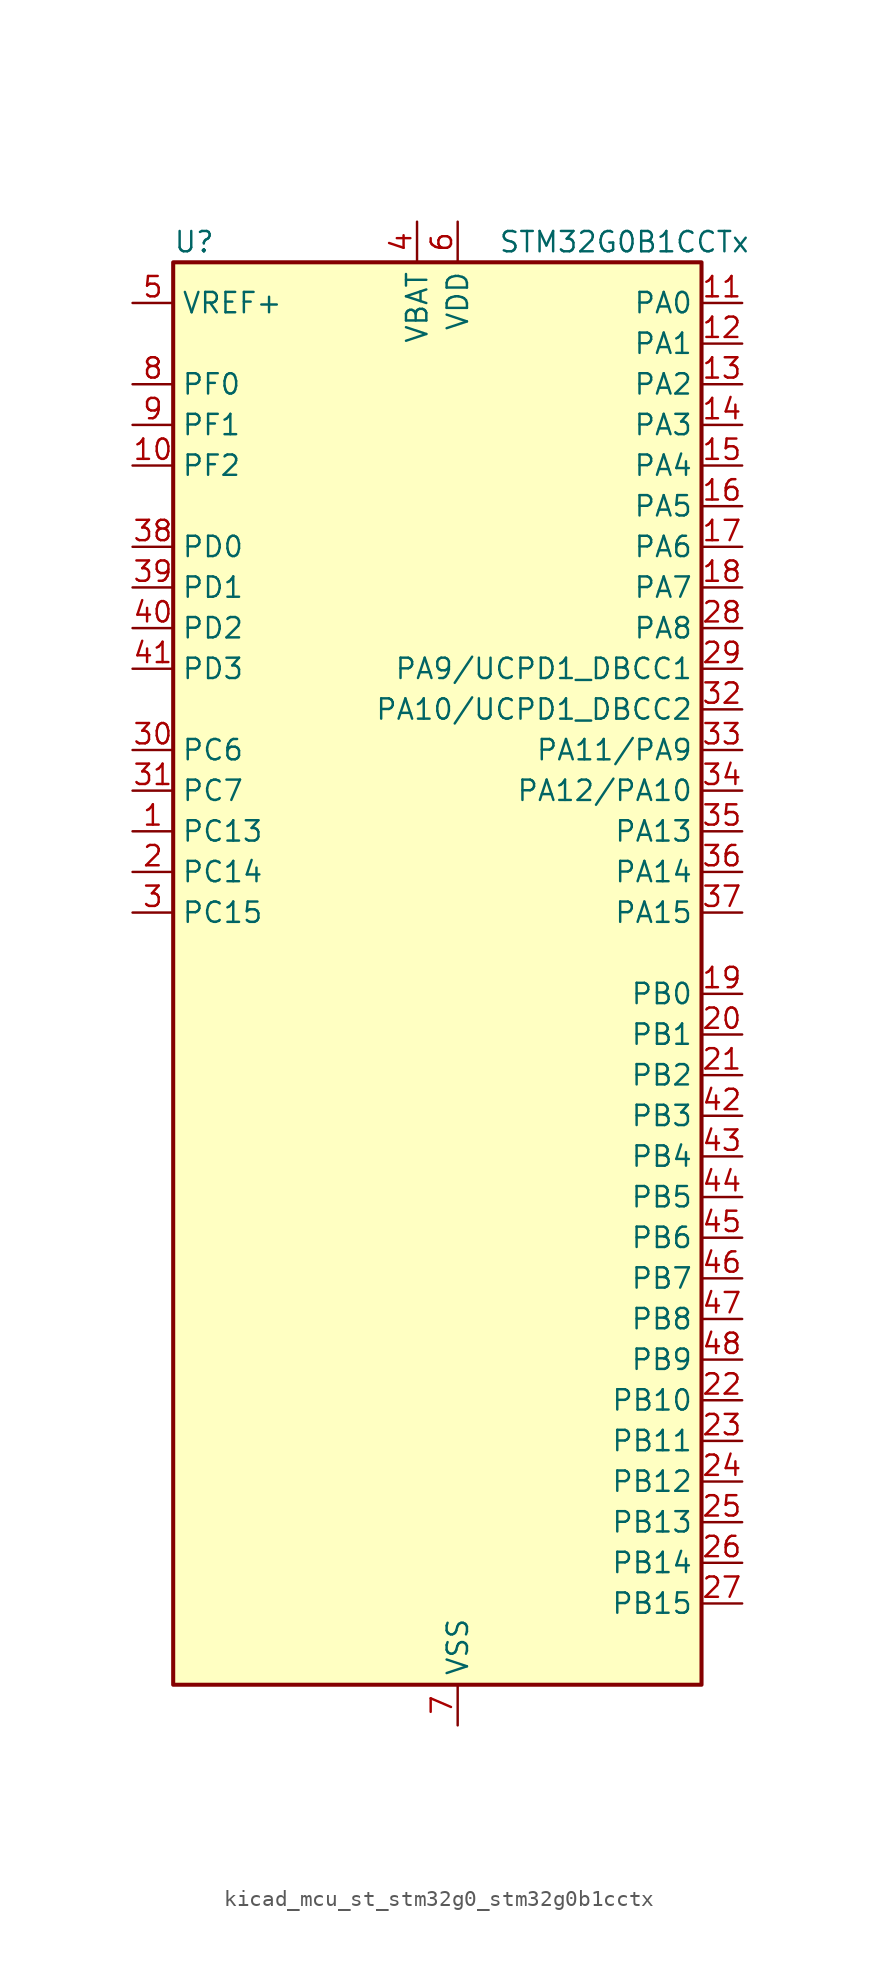
<source format=kicad_sym>
(kicad_symbol_lib
  (version 20220914)
  (generator kicad_symbol_editor)
  (symbol "kicad_mcu_st_stm32g0_stm32g0b1cctx"
    (property "Reference" "U"
      (at -15.24 46.99 0)
      (effects (font (size 1.27 1.27)) (justify left)))
    (property "Value" "STM32G0B1CCTx"
      (at 5.08 46.99 0)
      (effects (font (size 1.27 1.27)) (justify left)))
    (property "ki_locked" ""
      (at 0 0 0)
      (effects (font (size 1.27 1.27))))
    (symbol "kicad_mcu_st_stm32g0_stm32g0b1cctx_0_1"
      (rectangle (start -15.24 -43.18) (end 17.78 45.72) (stroke (width 0.254) (type default)) (fill (type background))))
    (symbol "kicad_mcu_st_stm32g0_stm32g0b1cctx_1_1"
      (pin bidirectional line (at -17.78 10.16 0) (length 2.54) (name "PC13" (effects (font (size 1.27 1.27)))) (number "1" (effects (font (size 1.27 1.27)))) (alternate "RTC_OUT1" bidirectional line) (alternate "RTC_TAMP_IN1" bidirectional line) (alternate "RTC_TS" bidirectional line) (alternate "SYS_WKUP2" bidirectional line) (alternate "TIM1_BK" bidirectional line))
      (pin bidirectional line (at -17.78 33.02 0) (length 2.54) (name "PF2" (effects (font (size 1.27 1.27)))) (number "10" (effects (font (size 1.27 1.27)))) (alternate "LPUART2_DE" bidirectional line) (alternate "LPUART2_RTS" bidirectional line) (alternate "LPUART2_TX" bidirectional line) (alternate "RCC_MCO" bidirectional line))
      (pin bidirectional line (at 20.32 43.18 180) (length 2.54) (name "PA0" (effects (font (size 1.27 1.27)))) (number "11" (effects (font (size 1.27 1.27)))) (alternate "ADC1_IN0" bidirectional line) (alternate "COMP1_INM" bidirectional line) (alternate "COMP1_OUT" bidirectional line) (alternate "I2S2_CK" bidirectional line) (alternate "LPTIM1_OUT" bidirectional line) (alternate "RTC_TAMP_IN2" bidirectional line) (alternate "SPI2_SCK" bidirectional line) (alternate "SYS_WKUP1" bidirectional line) (alternate "TIM2_CH1" bidirectional line) (alternate "TIM2_ETR" bidirectional line) (alternate "UCPD2_FRSTX1" bidirectional line) (alternate "UCPD2_FRSTX2" bidirectional line) (alternate "USART2_CTS" bidirectional line) (alternate "USART2_NSS" bidirectional line) (alternate "USART4_TX" bidirectional line))
      (pin bidirectional line (at 20.32 40.64 180) (length 2.54) (name "PA1" (effects (font (size 1.27 1.27)))) (number "12" (effects (font (size 1.27 1.27)))) (alternate "ADC1_IN1" bidirectional line) (alternate "COMP1_INP" bidirectional line) (alternate "I2C1_SMBA" bidirectional line) (alternate "I2S1_CK" bidirectional line) (alternate "SPI1_SCK" bidirectional line) (alternate "TIM15_CH1N" bidirectional line) (alternate "TIM2_CH2" bidirectional line) (alternate "USART2_CK" bidirectional line) (alternate "USART2_DE" bidirectional line) (alternate "USART2_RTS" bidirectional line) (alternate "USART4_RX" bidirectional line))
      (pin bidirectional line (at 20.32 38.1 180) (length 2.54) (name "PA2" (effects (font (size 1.27 1.27)))) (number "13" (effects (font (size 1.27 1.27)))) (alternate "ADC1_IN2" bidirectional line) (alternate "COMP2_INM" bidirectional line) (alternate "COMP2_OUT" bidirectional line) (alternate "I2S1_SD" bidirectional line) (alternate "LPUART1_TX" bidirectional line) (alternate "RCC_LSCO" bidirectional line) (alternate "SPI1_MOSI" bidirectional line) (alternate "SYS_WKUP4" bidirectional line) (alternate "TIM15_CH1" bidirectional line) (alternate "TIM2_CH3" bidirectional line) (alternate "UCPD1_FRSTX1" bidirectional line) (alternate "UCPD1_FRSTX2" bidirectional line) (alternate "USART2_TX" bidirectional line))
      (pin bidirectional line (at 20.32 35.56 180) (length 2.54) (name "PA3" (effects (font (size 1.27 1.27)))) (number "14" (effects (font (size 1.27 1.27)))) (alternate "ADC1_IN3" bidirectional line) (alternate "COMP2_INP" bidirectional line) (alternate "I2S2_MCK" bidirectional line) (alternate "LPUART1_RX" bidirectional line) (alternate "SPI2_MISO" bidirectional line) (alternate "TIM15_CH2" bidirectional line) (alternate "TIM2_CH4" bidirectional line) (alternate "UCPD2_FRSTX1" bidirectional line) (alternate "UCPD2_FRSTX2" bidirectional line) (alternate "USART2_RX" bidirectional line))
      (pin bidirectional line (at 20.32 33.02 180) (length 2.54) (name "PA4" (effects (font (size 1.27 1.27)))) (number "15" (effects (font (size 1.27 1.27)))) (alternate "ADC1_IN4" bidirectional line) (alternate "DAC1_OUT1" bidirectional line) (alternate "I2S1_WS" bidirectional line) (alternate "I2S2_SD" bidirectional line) (alternate "LPTIM2_OUT" bidirectional line) (alternate "RTC_OUT2" bidirectional line) (alternate "SPI1_NSS" bidirectional line) (alternate "SPI2_MOSI" bidirectional line) (alternate "SPI3_NSS" bidirectional line) (alternate "TIM14_CH1" bidirectional line) (alternate "UCPD2_FRSTX1" bidirectional line) (alternate "UCPD2_FRSTX2" bidirectional line) (alternate "USART6_TX" bidirectional line) (alternate "USB_NOE" bidirectional line))
      (pin bidirectional line (at 20.32 30.48 180) (length 2.54) (name "PA5" (effects (font (size 1.27 1.27)))) (number "16" (effects (font (size 1.27 1.27)))) (alternate "ADC1_IN5" bidirectional line) (alternate "CEC" bidirectional line) (alternate "DAC1_OUT2" bidirectional line) (alternate "I2S1_CK" bidirectional line) (alternate "LPTIM2_ETR" bidirectional line) (alternate "SPI1_SCK" bidirectional line) (alternate "TIM2_CH1" bidirectional line) (alternate "TIM2_ETR" bidirectional line) (alternate "UCPD1_FRSTX1" bidirectional line) (alternate "UCPD1_FRSTX2" bidirectional line) (alternate "USART3_TX" bidirectional line) (alternate "USART6_RX" bidirectional line))
      (pin bidirectional line (at 20.32 27.94 180) (length 2.54) (name "PA6" (effects (font (size 1.27 1.27)))) (number "17" (effects (font (size 1.27 1.27)))) (alternate "ADC1_IN6" bidirectional line) (alternate "COMP1_OUT" bidirectional line) (alternate "I2C2_SDA" bidirectional line) (alternate "I2C3_SDA" bidirectional line) (alternate "I2S1_MCK" bidirectional line) (alternate "LPUART1_CTS" bidirectional line) (alternate "SPI1_MISO" bidirectional line) (alternate "TIM16_CH1" bidirectional line) (alternate "TIM1_BK" bidirectional line) (alternate "TIM3_CH1" bidirectional line) (alternate "USART3_CTS" bidirectional line) (alternate "USART3_NSS" bidirectional line) (alternate "USART6_CTS" bidirectional line) (alternate "USART6_NSS" bidirectional line))
      (pin bidirectional line (at 20.32 25.4 180) (length 2.54) (name "PA7" (effects (font (size 1.27 1.27)))) (number "18" (effects (font (size 1.27 1.27)))) (alternate "ADC1_IN7" bidirectional line) (alternate "COMP2_OUT" bidirectional line) (alternate "I2C2_SCL" bidirectional line) (alternate "I2C3_SCL" bidirectional line) (alternate "I2S1_SD" bidirectional line) (alternate "SPI1_MOSI" bidirectional line) (alternate "TIM14_CH1" bidirectional line) (alternate "TIM17_CH1" bidirectional line) (alternate "TIM1_CH1N" bidirectional line) (alternate "TIM3_CH2" bidirectional line) (alternate "UCPD1_FRSTX1" bidirectional line) (alternate "UCPD1_FRSTX2" bidirectional line) (alternate "USART6_CK" bidirectional line) (alternate "USART6_DE" bidirectional line) (alternate "USART6_RTS" bidirectional line))
      (pin bidirectional line (at 20.32 0 180) (length 2.54) (name "PB0" (effects (font (size 1.27 1.27)))) (number "19" (effects (font (size 1.27 1.27)))) (alternate "ADC1_IN8" bidirectional line) (alternate "COMP1_OUT" bidirectional line) (alternate "COMP3_INP" bidirectional line) (alternate "FDCAN2_RX" bidirectional line) (alternate "I2S1_WS" bidirectional line) (alternate "LPTIM1_OUT" bidirectional line) (alternate "LPUART2_CTS" bidirectional line) (alternate "SPI1_NSS" bidirectional line) (alternate "TIM1_CH2N" bidirectional line) (alternate "TIM3_CH3" bidirectional line) (alternate "UCPD1_FRSTX1" bidirectional line) (alternate "UCPD1_FRSTX2" bidirectional line) (alternate "USART3_RX" bidirectional line) (alternate "USART5_TX" bidirectional line))
      (pin bidirectional line (at -17.78 7.62 0) (length 2.54) (name "PC14" (effects (font (size 1.27 1.27)))) (number "2" (effects (font (size 1.27 1.27)))) (alternate "RCC_OSC32_IN" bidirectional line) (alternate "TIM1_BK2" bidirectional line))
      (pin bidirectional line (at 20.32 -2.54 180) (length 2.54) (name "PB1" (effects (font (size 1.27 1.27)))) (number "20" (effects (font (size 1.27 1.27)))) (alternate "ADC1_IN9" bidirectional line) (alternate "COMP1_INM" bidirectional line) (alternate "COMP3_OUT" bidirectional line) (alternate "FDCAN2_TX" bidirectional line) (alternate "LPTIM2_IN1" bidirectional line) (alternate "LPUART1_DE" bidirectional line) (alternate "LPUART1_RTS" bidirectional line) (alternate "LPUART2_DE" bidirectional line) (alternate "LPUART2_RTS" bidirectional line) (alternate "TIM14_CH1" bidirectional line) (alternate "TIM1_CH3N" bidirectional line) (alternate "TIM3_CH4" bidirectional line) (alternate "USART3_CK" bidirectional line) (alternate "USART3_DE" bidirectional line) (alternate "USART3_RTS" bidirectional line) (alternate "USART5_RX" bidirectional line))
      (pin bidirectional line (at 20.32 -5.08 180) (length 2.54) (name "PB2" (effects (font (size 1.27 1.27)))) (number "21" (effects (font (size 1.27 1.27)))) (alternate "ADC1_IN10" bidirectional line) (alternate "COMP1_INP" bidirectional line) (alternate "COMP3_INM" bidirectional line) (alternate "I2S2_MCK" bidirectional line) (alternate "LPTIM1_OUT" bidirectional line) (alternate "RCC_MCO_2" bidirectional line) (alternate "SPI2_MISO" bidirectional line) (alternate "USART3_TX" bidirectional line))
      (pin bidirectional line (at 20.32 -25.4 180) (length 2.54) (name "PB10" (effects (font (size 1.27 1.27)))) (number "22" (effects (font (size 1.27 1.27)))) (alternate "ADC1_IN11" bidirectional line) (alternate "CEC" bidirectional line) (alternate "COMP1_OUT" bidirectional line) (alternate "I2C2_SCL" bidirectional line) (alternate "I2S2_CK" bidirectional line) (alternate "LPUART1_RX" bidirectional line) (alternate "SPI2_SCK" bidirectional line) (alternate "TIM2_CH3" bidirectional line) (alternate "USART3_TX" bidirectional line))
      (pin bidirectional line (at 20.32 -27.94 180) (length 2.54) (name "PB11" (effects (font (size 1.27 1.27)))) (number "23" (effects (font (size 1.27 1.27)))) (alternate "ADC1_EXTI11" bidirectional line) (alternate "ADC1_IN15" bidirectional line) (alternate "COMP2_OUT" bidirectional line) (alternate "I2C2_SDA" bidirectional line) (alternate "I2S2_SD" bidirectional line) (alternate "LPUART1_TX" bidirectional line) (alternate "SPI2_MOSI" bidirectional line) (alternate "TIM2_CH4" bidirectional line) (alternate "USART3_RX" bidirectional line))
      (pin bidirectional line (at 20.32 -30.48 180) (length 2.54) (name "PB12" (effects (font (size 1.27 1.27)))) (number "24" (effects (font (size 1.27 1.27)))) (alternate "ADC1_IN16" bidirectional line) (alternate "FDCAN2_RX" bidirectional line) (alternate "I2C2_SMBA" bidirectional line) (alternate "I2S2_WS" bidirectional line) (alternate "LPUART1_DE" bidirectional line) (alternate "LPUART1_RTS" bidirectional line) (alternate "SPI2_NSS" bidirectional line) (alternate "TIM15_BK" bidirectional line) (alternate "TIM1_BK" bidirectional line) (alternate "UCPD2_FRSTX1" bidirectional line) (alternate "UCPD2_FRSTX2" bidirectional line))
      (pin bidirectional line (at 20.32 -33.02 180) (length 2.54) (name "PB13" (effects (font (size 1.27 1.27)))) (number "25" (effects (font (size 1.27 1.27)))) (alternate "FDCAN2_TX" bidirectional line) (alternate "I2C2_SCL" bidirectional line) (alternate "I2S2_CK" bidirectional line) (alternate "LPUART1_CTS" bidirectional line) (alternate "SPI2_SCK" bidirectional line) (alternate "TIM15_CH1N" bidirectional line) (alternate "TIM1_CH1N" bidirectional line) (alternate "USART3_CTS" bidirectional line) (alternate "USART3_NSS" bidirectional line))
      (pin bidirectional line (at 20.32 -35.56 180) (length 2.54) (name "PB14" (effects (font (size 1.27 1.27)))) (number "26" (effects (font (size 1.27 1.27)))) (alternate "I2C2_SDA" bidirectional line) (alternate "I2S2_MCK" bidirectional line) (alternate "SPI2_MISO" bidirectional line) (alternate "TIM15_CH1" bidirectional line) (alternate "TIM1_CH2N" bidirectional line) (alternate "UCPD1_FRSTX1" bidirectional line) (alternate "UCPD1_FRSTX2" bidirectional line) (alternate "USART3_CK" bidirectional line) (alternate "USART3_DE" bidirectional line) (alternate "USART3_RTS" bidirectional line) (alternate "USART6_CK" bidirectional line) (alternate "USART6_DE" bidirectional line) (alternate "USART6_RTS" bidirectional line))
      (pin bidirectional line (at 20.32 -38.1 180) (length 2.54) (name "PB15" (effects (font (size 1.27 1.27)))) (number "27" (effects (font (size 1.27 1.27)))) (alternate "I2S2_SD" bidirectional line) (alternate "RTC_REFIN" bidirectional line) (alternate "SPI2_MOSI" bidirectional line) (alternate "TIM15_CH1N" bidirectional line) (alternate "TIM15_CH2" bidirectional line) (alternate "TIM1_CH3N" bidirectional line) (alternate "UCPD1_CC2" bidirectional line) (alternate "USART6_CTS" bidirectional line) (alternate "USART6_NSS" bidirectional line))
      (pin bidirectional line (at 20.32 22.86 180) (length 2.54) (name "PA8" (effects (font (size 1.27 1.27)))) (number "28" (effects (font (size 1.27 1.27)))) (alternate "CRS1_SYNC" bidirectional line) (alternate "I2C2_SMBA" bidirectional line) (alternate "I2S2_WS" bidirectional line) (alternate "LPTIM2_OUT" bidirectional line) (alternate "RCC_MCO" bidirectional line) (alternate "SPI2_NSS" bidirectional line) (alternate "TIM1_CH1" bidirectional line) (alternate "UCPD1_CC1" bidirectional line))
      (pin bidirectional line (at 20.32 20.32 180) (length 2.54) (name "PA9/UCPD1_DBCC1" (effects (font (size 1.27 1.27)))) (number "29" (effects (font (size 1.27 1.27)))) (alternate "DAC1_EXTI9" bidirectional line) (alternate "I2C1_SCL" bidirectional line) (alternate "I2C2_SCL" bidirectional line) (alternate "I2S2_MCK" bidirectional line) (alternate "RCC_MCO" bidirectional line) (alternate "SPI2_MISO" bidirectional line) (alternate "TIM15_BK" bidirectional line) (alternate "TIM1_CH2" bidirectional line) (alternate "UCPD1_DBCC1" bidirectional line) (alternate "USART1_TX" bidirectional line))
      (pin bidirectional line (at -17.78 5.08 0) (length 2.54) (name "PC15" (effects (font (size 1.27 1.27)))) (number "3" (effects (font (size 1.27 1.27)))) (alternate "RCC_OSC32_EN" bidirectional line) (alternate "RCC_OSC32_OUT" bidirectional line) (alternate "RCC_OSC_EN" bidirectional line) (alternate "TIM15_BK" bidirectional line))
      (pin bidirectional line (at -17.78 15.24 0) (length 2.54) (name "PC6" (effects (font (size 1.27 1.27)))) (number "30" (effects (font (size 1.27 1.27)))) (alternate "LPUART2_TX" bidirectional line) (alternate "TIM2_CH3" bidirectional line) (alternate "TIM3_CH1" bidirectional line) (alternate "UCPD1_FRSTX1" bidirectional line) (alternate "UCPD1_FRSTX2" bidirectional line))
      (pin bidirectional line (at -17.78 12.7 0) (length 2.54) (name "PC7" (effects (font (size 1.27 1.27)))) (number "31" (effects (font (size 1.27 1.27)))) (alternate "LPUART2_RX" bidirectional line) (alternate "TIM2_CH4" bidirectional line) (alternate "TIM3_CH2" bidirectional line) (alternate "UCPD2_FRSTX1" bidirectional line) (alternate "UCPD2_FRSTX2" bidirectional line))
      (pin bidirectional line (at 20.32 17.78 180) (length 2.54) (name "PA10/UCPD1_DBCC2" (effects (font (size 1.27 1.27)))) (number "32" (effects (font (size 1.27 1.27)))) (alternate "I2C1_SDA" bidirectional line) (alternate "I2C2_SDA" bidirectional line) (alternate "I2S2_SD" bidirectional line) (alternate "RCC_MCO_2" bidirectional line) (alternate "SPI2_MOSI" bidirectional line) (alternate "TIM17_BK" bidirectional line) (alternate "TIM1_CH3" bidirectional line) (alternate "UCPD1_DBCC2" bidirectional line) (alternate "USART1_RX" bidirectional line))
      (pin bidirectional line (at 20.32 15.24 180) (length 2.54) (name "PA11/PA9" (effects (font (size 1.27 1.27)))) (number "33" (effects (font (size 1.27 1.27)))) (alternate "ADC1_EXTI11" bidirectional line) (alternate "COMP1_OUT" bidirectional line) (alternate "FDCAN1_RX" bidirectional line) (alternate "I2C2_SCL" bidirectional line) (alternate "I2S1_MCK" bidirectional line) (alternate "SPI1_MISO" bidirectional line) (alternate "TIM1_BK2" bidirectional line) (alternate "TIM1_CH4" bidirectional line) (alternate "USART1_CTS" bidirectional line) (alternate "USART1_NSS" bidirectional line) (alternate "USB_DM" bidirectional line))
      (pin bidirectional line (at 20.32 12.7 180) (length 2.54) (name "PA12/PA10" (effects (font (size 1.27 1.27)))) (number "34" (effects (font (size 1.27 1.27)))) (alternate "COMP2_OUT" bidirectional line) (alternate "FDCAN1_TX" bidirectional line) (alternate "I2C2_SDA" bidirectional line) (alternate "I2S1_SD" bidirectional line) (alternate "I2S_CKIN" bidirectional line) (alternate "SPI1_MOSI" bidirectional line) (alternate "TIM1_ETR" bidirectional line) (alternate "USART1_CK" bidirectional line) (alternate "USART1_DE" bidirectional line) (alternate "USART1_RTS" bidirectional line) (alternate "USB_DP" bidirectional line))
      (pin bidirectional line (at 20.32 10.16 180) (length 2.54) (name "PA13" (effects (font (size 1.27 1.27)))) (number "35" (effects (font (size 1.27 1.27)))) (alternate "IR_OUT" bidirectional line) (alternate "LPUART2_RX" bidirectional line) (alternate "SYS_SWDIO" bidirectional line) (alternate "USB_NOE" bidirectional line))
      (pin bidirectional line (at 20.32 7.62 180) (length 2.54) (name "PA14" (effects (font (size 1.27 1.27)))) (number "36" (effects (font (size 1.27 1.27)))) (alternate "LPUART2_TX" bidirectional line) (alternate "SYS_SWCLK" bidirectional line) (alternate "USART2_TX" bidirectional line))
      (pin bidirectional line (at 20.32 5.08 180) (length 2.54) (name "PA15" (effects (font (size 1.27 1.27)))) (number "37" (effects (font (size 1.27 1.27)))) (alternate "I2C2_SMBA" bidirectional line) (alternate "I2S1_WS" bidirectional line) (alternate "RCC_MCO_2" bidirectional line) (alternate "SPI1_NSS" bidirectional line) (alternate "SPI3_NSS" bidirectional line) (alternate "TIM2_CH1" bidirectional line) (alternate "TIM2_ETR" bidirectional line) (alternate "USART2_RX" bidirectional line) (alternate "USART3_CK" bidirectional line) (alternate "USART3_DE" bidirectional line) (alternate "USART3_RTS" bidirectional line) (alternate "USART4_CK" bidirectional line) (alternate "USART4_DE" bidirectional line) (alternate "USART4_RTS" bidirectional line) (alternate "USB_NOE" bidirectional line))
      (pin bidirectional line (at -17.78 27.94 0) (length 2.54) (name "PD0" (effects (font (size 1.27 1.27)))) (number "38" (effects (font (size 1.27 1.27)))) (alternate "FDCAN1_RX" bidirectional line) (alternate "I2S2_WS" bidirectional line) (alternate "SPI2_NSS" bidirectional line) (alternate "TIM16_CH1" bidirectional line) (alternate "UCPD2_CC1" bidirectional line))
      (pin bidirectional line (at -17.78 25.4 0) (length 2.54) (name "PD1" (effects (font (size 1.27 1.27)))) (number "39" (effects (font (size 1.27 1.27)))) (alternate "FDCAN1_TX" bidirectional line) (alternate "I2S2_CK" bidirectional line) (alternate "SPI2_SCK" bidirectional line) (alternate "TIM17_CH1" bidirectional line) (alternate "UCPD2_DBCC1" bidirectional line))
      (pin power_in line (at 0 48.26 270) (length 2.54) (name "VBAT" (effects (font (size 1.27 1.27)))) (number "4" (effects (font (size 1.27 1.27)))))
      (pin bidirectional line (at -17.78 22.86 0) (length 2.54) (name "PD2" (effects (font (size 1.27 1.27)))) (number "40" (effects (font (size 1.27 1.27)))) (alternate "TIM1_CH1N" bidirectional line) (alternate "TIM3_ETR" bidirectional line) (alternate "UCPD2_CC2" bidirectional line) (alternate "USART3_CK" bidirectional line) (alternate "USART3_DE" bidirectional line) (alternate "USART3_RTS" bidirectional line) (alternate "USART5_RX" bidirectional line))
      (pin bidirectional line (at -17.78 20.32 0) (length 2.54) (name "PD3" (effects (font (size 1.27 1.27)))) (number "41" (effects (font (size 1.27 1.27)))) (alternate "I2S2_MCK" bidirectional line) (alternate "SPI2_MISO" bidirectional line) (alternate "TIM1_CH2N" bidirectional line) (alternate "UCPD2_DBCC2" bidirectional line) (alternate "USART2_CTS" bidirectional line) (alternate "USART2_NSS" bidirectional line) (alternate "USART5_TX" bidirectional line))
      (pin bidirectional line (at 20.32 -7.62 180) (length 2.54) (name "PB3" (effects (font (size 1.27 1.27)))) (number "42" (effects (font (size 1.27 1.27)))) (alternate "COMP2_INM" bidirectional line) (alternate "I2C2_SCL" bidirectional line) (alternate "I2C3_SCL" bidirectional line) (alternate "I2S1_CK" bidirectional line) (alternate "SPI1_SCK" bidirectional line) (alternate "SPI3_SCK" bidirectional line) (alternate "TIM1_CH2" bidirectional line) (alternate "TIM2_CH2" bidirectional line) (alternate "USART1_CK" bidirectional line) (alternate "USART1_DE" bidirectional line) (alternate "USART1_RTS" bidirectional line) (alternate "USART5_TX" bidirectional line))
      (pin bidirectional line (at 20.32 -10.16 180) (length 2.54) (name "PB4" (effects (font (size 1.27 1.27)))) (number "43" (effects (font (size 1.27 1.27)))) (alternate "COMP2_INP" bidirectional line) (alternate "I2C2_SDA" bidirectional line) (alternate "I2C3_SDA" bidirectional line) (alternate "I2S1_MCK" bidirectional line) (alternate "SPI1_MISO" bidirectional line) (alternate "SPI3_MISO" bidirectional line) (alternate "TIM17_BK" bidirectional line) (alternate "TIM3_CH1" bidirectional line) (alternate "USART1_CTS" bidirectional line) (alternate "USART1_NSS" bidirectional line) (alternate "USART5_RX" bidirectional line))
      (pin bidirectional line (at 20.32 -12.7 180) (length 2.54) (name "PB5" (effects (font (size 1.27 1.27)))) (number "44" (effects (font (size 1.27 1.27)))) (alternate "COMP2_OUT" bidirectional line) (alternate "FDCAN2_RX" bidirectional line) (alternate "I2C1_SMBA" bidirectional line) (alternate "I2S1_SD" bidirectional line) (alternate "LPTIM1_IN1" bidirectional line) (alternate "SPI1_MOSI" bidirectional line) (alternate "SPI3_MOSI" bidirectional line) (alternate "SYS_WKUP6" bidirectional line) (alternate "TIM16_BK" bidirectional line) (alternate "TIM3_CH2" bidirectional line) (alternate "USART5_CK" bidirectional line) (alternate "USART5_DE" bidirectional line) (alternate "USART5_RTS" bidirectional line))
      (pin bidirectional line (at 20.32 -15.24 180) (length 2.54) (name "PB6" (effects (font (size 1.27 1.27)))) (number "45" (effects (font (size 1.27 1.27)))) (alternate "COMP2_INP" bidirectional line) (alternate "FDCAN2_TX" bidirectional line) (alternate "I2C1_SCL" bidirectional line) (alternate "I2S2_MCK" bidirectional line) (alternate "LPTIM1_ETR" bidirectional line) (alternate "LPUART2_TX" bidirectional line) (alternate "SPI2_MISO" bidirectional line) (alternate "TIM16_CH1N" bidirectional line) (alternate "TIM1_CH3" bidirectional line) (alternate "TIM4_CH1" bidirectional line) (alternate "USART1_TX" bidirectional line) (alternate "USART5_CTS" bidirectional line) (alternate "USART5_NSS" bidirectional line))
      (pin bidirectional line (at 20.32 -17.78 180) (length 2.54) (name "PB7" (effects (font (size 1.27 1.27)))) (number "46" (effects (font (size 1.27 1.27)))) (alternate "COMP2_INM" bidirectional line) (alternate "I2C1_SDA" bidirectional line) (alternate "I2S2_SD" bidirectional line) (alternate "LPTIM1_IN2" bidirectional line) (alternate "LPUART2_RX" bidirectional line) (alternate "SPI2_MOSI" bidirectional line) (alternate "SYS_PVD_IN" bidirectional line) (alternate "TIM17_CH1N" bidirectional line) (alternate "TIM4_CH2" bidirectional line) (alternate "USART1_RX" bidirectional line) (alternate "USART4_CTS" bidirectional line) (alternate "USART4_NSS" bidirectional line))
      (pin bidirectional line (at 20.32 -20.32 180) (length 2.54) (name "PB8" (effects (font (size 1.27 1.27)))) (number "47" (effects (font (size 1.27 1.27)))) (alternate "CEC" bidirectional line) (alternate "FDCAN1_RX" bidirectional line) (alternate "I2C1_SCL" bidirectional line) (alternate "I2S2_CK" bidirectional line) (alternate "SPI2_SCK" bidirectional line) (alternate "TIM15_BK" bidirectional line) (alternate "TIM16_CH1" bidirectional line) (alternate "TIM4_CH3" bidirectional line) (alternate "USART3_TX" bidirectional line) (alternate "USART6_TX" bidirectional line))
      (pin bidirectional line (at 20.32 -22.86 180) (length 2.54) (name "PB9" (effects (font (size 1.27 1.27)))) (number "48" (effects (font (size 1.27 1.27)))) (alternate "DAC1_EXTI9" bidirectional line) (alternate "FDCAN1_TX" bidirectional line) (alternate "I2C1_SDA" bidirectional line) (alternate "I2S2_WS" bidirectional line) (alternate "IR_OUT" bidirectional line) (alternate "SPI2_NSS" bidirectional line) (alternate "TIM17_CH1" bidirectional line) (alternate "TIM4_CH4" bidirectional line) (alternate "UCPD2_FRSTX1" bidirectional line) (alternate "UCPD2_FRSTX2" bidirectional line) (alternate "USART3_RX" bidirectional line) (alternate "USART6_RX" bidirectional line))
      (pin input line (at -17.78 43.18 0) (length 2.54) (name "VREF+" (effects (font (size 1.27 1.27)))) (number "5" (effects (font (size 1.27 1.27)))) (alternate "VREFBUF_OUT" bidirectional line))
      (pin power_in line (at 2.54 48.26 270) (length 2.54) (name "VDD" (effects (font (size 1.27 1.27)))) (number "6" (effects (font (size 1.27 1.27)))))
      (pin power_in line (at 2.54 -45.72 90) (length 2.54) (name "VSS" (effects (font (size 1.27 1.27)))) (number "7" (effects (font (size 1.27 1.27)))))
      (pin bidirectional line (at -17.78 38.1 0) (length 2.54) (name "PF0" (effects (font (size 1.27 1.27)))) (number "8" (effects (font (size 1.27 1.27)))) (alternate "CRS1_SYNC" bidirectional line) (alternate "RCC_OSC_IN" bidirectional line) (alternate "TIM14_CH1" bidirectional line))
      (pin bidirectional line (at -17.78 35.56 0) (length 2.54) (name "PF1" (effects (font (size 1.27 1.27)))) (number "9" (effects (font (size 1.27 1.27)))) (alternate "RCC_OSC_EN" bidirectional line) (alternate "RCC_OSC_OUT" bidirectional line) (alternate "TIM15_CH1N" bidirectional line)))))
</source>
